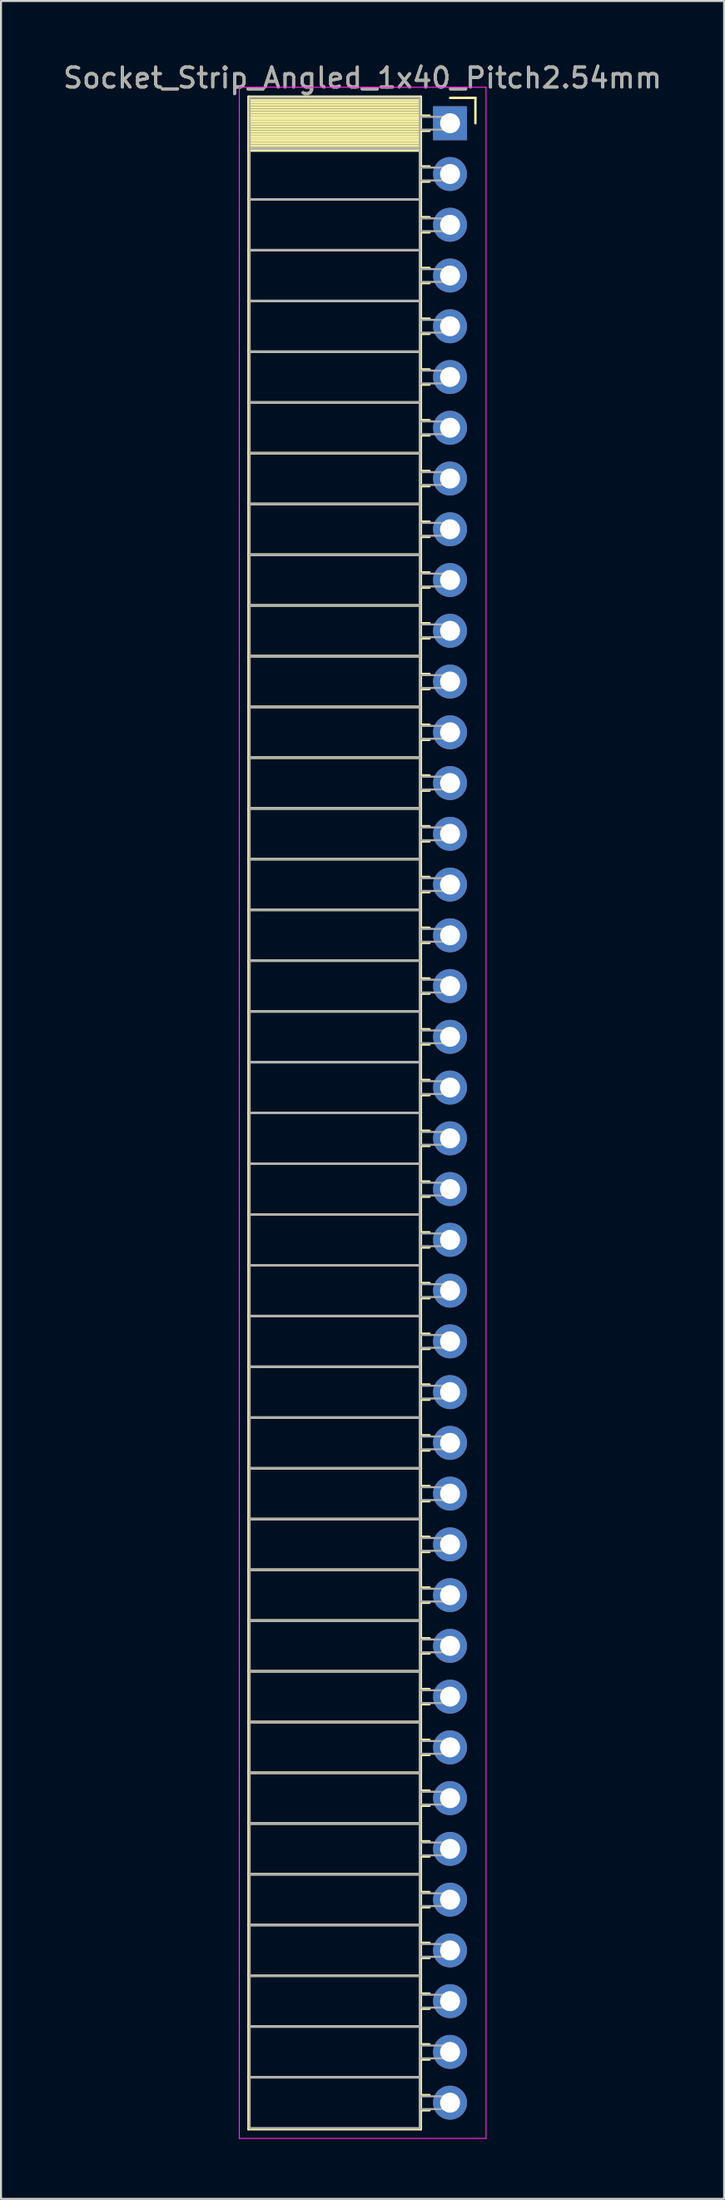
<source format=kicad_pcb>
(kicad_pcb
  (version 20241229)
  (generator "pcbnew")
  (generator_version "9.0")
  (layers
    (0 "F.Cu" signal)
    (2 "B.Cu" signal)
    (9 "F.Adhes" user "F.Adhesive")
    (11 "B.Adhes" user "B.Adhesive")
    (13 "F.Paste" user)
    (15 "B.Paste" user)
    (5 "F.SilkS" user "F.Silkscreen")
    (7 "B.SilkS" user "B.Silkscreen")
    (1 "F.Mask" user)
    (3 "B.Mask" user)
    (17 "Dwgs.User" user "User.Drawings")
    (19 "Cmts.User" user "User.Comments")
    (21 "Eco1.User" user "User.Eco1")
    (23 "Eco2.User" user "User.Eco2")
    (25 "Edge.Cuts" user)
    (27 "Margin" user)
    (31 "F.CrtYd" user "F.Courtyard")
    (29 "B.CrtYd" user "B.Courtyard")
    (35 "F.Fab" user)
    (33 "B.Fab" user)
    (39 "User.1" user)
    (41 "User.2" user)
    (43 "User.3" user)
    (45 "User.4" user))
  (footprint "Socket_Strip_Angled_1x40_Pitch2.54mm"
    (layer "F.Cu")
    (at 19.481 3.118)
    (property "Reference" "Socket_Strip_Angled_1x40_Pitch2.54mm" (at -4.38 -2.27 0) (layer "F.SilkS") (effects (font (size 1 1) (thickness 0.15))))
    (attr through_hole)
    (fp_line (start -10.09 -1.33) (end -1.46 -1.33) (stroke (width 0.12) (type solid)) (layer "F.SilkS"))
    (fp_line (start -10.09 1.27) (end -10.09 -1.33) (stroke (width 0.12) (type solid)) (layer "F.SilkS"))
    (fp_line (start -10.09 1.27) (end -1.46 1.27) (stroke (width 0.12) (type solid)) (layer "F.SilkS"))
    (fp_line (start -10.09 3.81) (end -10.09 1.27) (stroke (width 0.12) (type solid)) (layer "F.SilkS"))
    (fp_line (start -10.09 3.81) (end -1.46 3.81) (stroke (width 0.12) (type solid)) (layer "F.SilkS"))
    (fp_line (start -10.09 6.35) (end -10.09 3.81) (stroke (width 0.12) (type solid)) (layer "F.SilkS"))
    (fp_line (start -10.09 6.35) (end -1.46 6.35) (stroke (width 0.12) (type solid)) (layer "F.SilkS"))
    (fp_line (start -10.09 8.89) (end -10.09 6.35) (stroke (width 0.12) (type solid)) (layer "F.SilkS"))
    (fp_line (start -10.09 8.89) (end -1.46 8.89) (stroke (width 0.12) (type solid)) (layer "F.SilkS"))
    (fp_line (start -10.09 11.43) (end -10.09 8.89) (stroke (width 0.12) (type solid)) (layer "F.SilkS"))
    (fp_line (start -10.09 11.43) (end -1.46 11.43) (stroke (width 0.12) (type solid)) (layer "F.SilkS"))
    (fp_line (start -10.09 13.97) (end -10.09 11.43) (stroke (width 0.12) (type solid)) (layer "F.SilkS"))
    (fp_line (start -10.09 13.97) (end -1.46 13.97) (stroke (width 0.12) (type solid)) (layer "F.SilkS"))
    (fp_line (start -10.09 16.51) (end -10.09 13.97) (stroke (width 0.12) (type solid)) (layer "F.SilkS"))
    (fp_line (start -10.09 16.51) (end -1.46 16.51) (stroke (width 0.12) (type solid)) (layer "F.SilkS"))
    (fp_line (start -10.09 19.05) (end -10.09 16.51) (stroke (width 0.12) (type solid)) (layer "F.SilkS"))
    (fp_line (start -10.09 19.05) (end -1.46 19.05) (stroke (width 0.12) (type solid)) (layer "F.SilkS"))
    (fp_line (start -10.09 21.59) (end -10.09 19.05) (stroke (width 0.12) (type solid)) (layer "F.SilkS"))
    (fp_line (start -10.09 21.59) (end -1.46 21.59) (stroke (width 0.12) (type solid)) (layer "F.SilkS"))
    (fp_line (start -10.09 24.13) (end -10.09 21.59) (stroke (width 0.12) (type solid)) (layer "F.SilkS"))
    (fp_line (start -10.09 24.13) (end -1.46 24.13) (stroke (width 0.12) (type solid)) (layer "F.SilkS"))
    (fp_line (start -10.09 26.67) (end -10.09 24.13) (stroke (width 0.12) (type solid)) (layer "F.SilkS"))
    (fp_line (start -10.09 26.67) (end -1.46 26.67) (stroke (width 0.12) (type solid)) (layer "F.SilkS"))
    (fp_line (start -10.09 29.21) (end -10.09 26.67) (stroke (width 0.12) (type solid)) (layer "F.SilkS"))
    (fp_line (start -10.09 29.21) (end -1.46 29.21) (stroke (width 0.12) (type solid)) (layer "F.SilkS"))
    (fp_line (start -10.09 31.75) (end -10.09 29.21) (stroke (width 0.12) (type solid)) (layer "F.SilkS"))
    (fp_line (start -10.09 31.75) (end -1.46 31.75) (stroke (width 0.12) (type solid)) (layer "F.SilkS"))
    (fp_line (start -10.09 34.29) (end -10.09 31.75) (stroke (width 0.12) (type solid)) (layer "F.SilkS"))
    (fp_line (start -10.09 34.29) (end -1.46 34.29) (stroke (width 0.12) (type solid)) (layer "F.SilkS"))
    (fp_line (start -10.09 36.83) (end -10.09 34.29) (stroke (width 0.12) (type solid)) (layer "F.SilkS"))
    (fp_line (start -10.09 36.83) (end -1.46 36.83) (stroke (width 0.12) (type solid)) (layer "F.SilkS"))
    (fp_line (start -10.09 39.37) (end -10.09 36.83) (stroke (width 0.12) (type solid)) (layer "F.SilkS"))
    (fp_line (start -10.09 39.37) (end -1.46 39.37) (stroke (width 0.12) (type solid)) (layer "F.SilkS"))
    (fp_line (start -10.09 41.91) (end -10.09 39.37) (stroke (width 0.12) (type solid)) (layer "F.SilkS"))
    (fp_line (start -10.09 41.91) (end -1.46 41.91) (stroke (width 0.12) (type solid)) (layer "F.SilkS"))
    (fp_line (start -10.09 44.45) (end -10.09 41.91) (stroke (width 0.12) (type solid)) (layer "F.SilkS"))
    (fp_line (start -10.09 44.45) (end -1.46 44.45) (stroke (width 0.12) (type solid)) (layer "F.SilkS"))
    (fp_line (start -10.09 46.99) (end -10.09 44.45) (stroke (width 0.12) (type solid)) (layer "F.SilkS"))
    (fp_line (start -10.09 46.99) (end -1.46 46.99) (stroke (width 0.12) (type solid)) (layer "F.SilkS"))
    (fp_line (start -10.09 49.53) (end -10.09 46.99) (stroke (width 0.12) (type solid)) (layer "F.SilkS"))
    (fp_line (start -10.09 49.53) (end -1.46 49.53) (stroke (width 0.12) (type solid)) (layer "F.SilkS"))
    (fp_line (start -10.09 52.07) (end -10.09 49.53) (stroke (width 0.12) (type solid)) (layer "F.SilkS"))
    (fp_line (start -10.09 52.07) (end -1.46 52.07) (stroke (width 0.12) (type solid)) (layer "F.SilkS"))
    (fp_line (start -10.09 54.61) (end -10.09 52.07) (stroke (width 0.12) (type solid)) (layer "F.SilkS"))
    (fp_line (start -10.09 54.61) (end -1.46 54.61) (stroke (width 0.12) (type solid)) (layer "F.SilkS"))
    (fp_line (start -10.09 57.15) (end -10.09 54.61) (stroke (width 0.12) (type solid)) (layer "F.SilkS"))
    (fp_line (start -10.09 57.15) (end -1.46 57.15) (stroke (width 0.12) (type solid)) (layer "F.SilkS"))
    (fp_line (start -10.09 59.69) (end -10.09 57.15) (stroke (width 0.12) (type solid)) (layer "F.SilkS"))
    (fp_line (start -10.09 59.69) (end -1.46 59.69) (stroke (width 0.12) (type solid)) (layer "F.SilkS"))
    (fp_line (start -10.09 62.23) (end -10.09 59.69) (stroke (width 0.12) (type solid)) (layer "F.SilkS"))
    (fp_line (start -10.09 62.23) (end -1.46 62.23) (stroke (width 0.12) (type solid)) (layer "F.SilkS"))
    (fp_line (start -10.09 64.77) (end -10.09 62.23) (stroke (width 0.12) (type solid)) (layer "F.SilkS"))
    (fp_line (start -10.09 64.77) (end -1.46 64.77) (stroke (width 0.12) (type solid)) (layer "F.SilkS"))
    (fp_line (start -10.09 67.31) (end -10.09 64.77) (stroke (width 0.12) (type solid)) (layer "F.SilkS"))
    (fp_line (start -10.09 67.31) (end -1.46 67.31) (stroke (width 0.12) (type solid)) (layer "F.SilkS"))
    (fp_line (start -10.09 69.85) (end -10.09 67.31) (stroke (width 0.12) (type solid)) (layer "F.SilkS"))
    (fp_line (start -10.09 69.85) (end -1.46 69.85) (stroke (width 0.12) (type solid)) (layer "F.SilkS"))
    (fp_line (start -10.09 72.39) (end -10.09 69.85) (stroke (width 0.12) (type solid)) (layer "F.SilkS"))
    (fp_line (start -10.09 72.39) (end -1.46 72.39) (stroke (width 0.12) (type solid)) (layer "F.SilkS"))
    (fp_line (start -10.09 74.93) (end -10.09 72.39) (stroke (width 0.12) (type solid)) (layer "F.SilkS"))
    (fp_line (start -10.09 74.93) (end -1.46 74.93) (stroke (width 0.12) (type solid)) (layer "F.SilkS"))
    (fp_line (start -10.09 77.47) (end -10.09 74.93) (stroke (width 0.12) (type solid)) (layer "F.SilkS"))
    (fp_line (start -10.09 77.47) (end -1.46 77.47) (stroke (width 0.12) (type solid)) (layer "F.SilkS"))
    (fp_line (start -10.09 80.01) (end -10.09 77.47) (stroke (width 0.12) (type solid)) (layer "F.SilkS"))
    (fp_line (start -10.09 80.01) (end -1.46 80.01) (stroke (width 0.12) (type solid)) (layer "F.SilkS"))
    (fp_line (start -10.09 82.55) (end -10.09 80.01) (stroke (width 0.12) (type solid)) (layer "F.SilkS"))
    (fp_line (start -10.09 82.55) (end -1.46 82.55) (stroke (width 0.12) (type solid)) (layer "F.SilkS"))
    (fp_line (start -10.09 85.09) (end -10.09 82.55) (stroke (width 0.12) (type solid)) (layer "F.SilkS"))
    (fp_line (start -10.09 85.09) (end -1.46 85.09) (stroke (width 0.12) (type solid)) (layer "F.SilkS"))
    (fp_line (start -10.09 87.63) (end -10.09 85.09) (stroke (width 0.12) (type solid)) (layer "F.SilkS"))
    (fp_line (start -10.09 87.63) (end -1.46 87.63) (stroke (width 0.12) (type solid)) (layer "F.SilkS"))
    (fp_line (start -10.09 90.17) (end -10.09 87.63) (stroke (width 0.12) (type solid)) (layer "F.SilkS"))
    (fp_line (start -10.09 90.17) (end -1.46 90.17) (stroke (width 0.12) (type solid)) (layer "F.SilkS"))
    (fp_line (start -10.09 92.71) (end -10.09 90.17) (stroke (width 0.12) (type solid)) (layer "F.SilkS"))
    (fp_line (start -10.09 92.71) (end -1.46 92.71) (stroke (width 0.12) (type solid)) (layer "F.SilkS"))
    (fp_line (start -10.09 95.25) (end -10.09 92.71) (stroke (width 0.12) (type solid)) (layer "F.SilkS"))
    (fp_line (start -10.09 95.25) (end -1.46 95.25) (stroke (width 0.12) (type solid)) (layer "F.SilkS"))
    (fp_line (start -10.09 97.79) (end -10.09 95.25) (stroke (width 0.12) (type solid)) (layer "F.SilkS"))
    (fp_line (start -10.09 97.79) (end -1.46 97.79) (stroke (width 0.12) (type solid)) (layer "F.SilkS"))
    (fp_line (start -10.09 100.39) (end -10.09 97.79) (stroke (width 0.12) (type solid)) (layer "F.SilkS"))
    (fp_line (start -1.46 -1.33) (end -1.46 1.27) (stroke (width 0.12) (type solid)) (layer "F.SilkS"))
    (fp_line (start -1.46 -1.15) (end -10.09 -1.15) (stroke (width 0.12) (type solid)) (layer "F.SilkS"))
    (fp_line (start -1.46 -1.03) (end -10.09 -1.03) (stroke (width 0.12) (type solid)) (layer "F.SilkS"))
    (fp_line (start -1.46 -0.91) (end -10.09 -0.91) (stroke (width 0.12) (type solid)) (layer "F.SilkS"))
    (fp_line (start -1.46 -0.79) (end -10.09 -0.79) (stroke (width 0.12) (type solid)) (layer "F.SilkS"))
    (fp_line (start -1.46 -0.67) (end -10.09 -0.67) (stroke (width 0.12) (type solid)) (layer "F.SilkS"))
    (fp_line (start -1.46 -0.55) (end -10.09 -0.55) (stroke (width 0.12) (type solid)) (layer "F.SilkS"))
    (fp_line (start -1.46 -0.43) (end -10.09 -0.43) (stroke (width 0.12) (type solid)) (layer "F.SilkS"))
    (fp_line (start -1.46 -0.31) (end -10.09 -0.31) (stroke (width 0.12) (type solid)) (layer "F.SilkS"))
    (fp_line (start -1.46 -0.19) (end -10.09 -0.19) (stroke (width 0.12) (type solid)) (layer "F.SilkS"))
    (fp_line (start -1.46 -0.07) (end -10.09 -0.07) (stroke (width 0.12) (type solid)) (layer "F.SilkS"))
    (fp_line (start -1.46 0.05) (end -10.09 0.05) (stroke (width 0.12) (type solid)) (layer "F.SilkS"))
    (fp_line (start -1.46 0.17) (end -10.09 0.17) (stroke (width 0.12) (type solid)) (layer "F.SilkS"))
    (fp_line (start -1.46 0.29) (end -10.09 0.29) (stroke (width 0.12) (type solid)) (layer "F.SilkS"))
    (fp_line (start -1.46 0.41) (end -10.09 0.41) (stroke (width 0.12) (type solid)) (layer "F.SilkS"))
    (fp_line (start -1.46 0.53) (end -10.09 0.53) (stroke (width 0.12) (type solid)) (layer "F.SilkS"))
    (fp_line (start -1.46 0.65) (end -10.09 0.65) (stroke (width 0.12) (type solid)) (layer "F.SilkS"))
    (fp_line (start -1.46 0.77) (end -10.09 0.77) (stroke (width 0.12) (type solid)) (layer "F.SilkS"))
    (fp_line (start -1.46 0.89) (end -10.09 0.89) (stroke (width 0.12) (type solid)) (layer "F.SilkS"))
    (fp_line (start -1.46 1.01) (end -10.09 1.01) (stroke (width 0.12) (type solid)) (layer "F.SilkS"))
    (fp_line (start -1.46 1.13) (end -10.09 1.13) (stroke (width 0.12) (type solid)) (layer "F.SilkS"))
    (fp_line (start -1.46 1.25) (end -10.09 1.25) (stroke (width 0.12) (type solid)) (layer "F.SilkS"))
    (fp_line (start -1.46 1.27) (end -10.09 1.27) (stroke (width 0.12) (type solid)) (layer "F.SilkS"))
    (fp_line (start -1.46 1.27) (end -1.46 3.81) (stroke (width 0.12) (type solid)) (layer "F.SilkS"))
    (fp_line (start -1.46 1.37) (end -10.09 1.37) (stroke (width 0.12) (type solid)) (layer "F.SilkS"))
    (fp_line (start -1.46 3.81) (end -10.09 3.81) (stroke (width 0.12) (type solid)) (layer "F.SilkS"))
    (fp_line (start -1.46 3.81) (end -1.46 6.35) (stroke (width 0.12) (type solid)) (layer "F.SilkS"))
    (fp_line (start -1.46 6.35) (end -10.09 6.35) (stroke (width 0.12) (type solid)) (layer "F.SilkS"))
    (fp_line (start -1.46 6.35) (end -1.46 8.89) (stroke (width 0.12) (type solid)) (layer "F.SilkS"))
    (fp_line (start -1.46 8.89) (end -10.09 8.89) (stroke (width 0.12) (type solid)) (layer "F.SilkS"))
    (fp_line (start -1.46 8.89) (end -1.46 11.43) (stroke (width 0.12) (type solid)) (layer "F.SilkS"))
    (fp_line (start -1.46 11.43) (end -10.09 11.43) (stroke (width 0.12) (type solid)) (layer "F.SilkS"))
    (fp_line (start -1.46 11.43) (end -1.46 13.97) (stroke (width 0.12) (type solid)) (layer "F.SilkS"))
    (fp_line (start -1.46 13.97) (end -10.09 13.97) (stroke (width 0.12) (type solid)) (layer "F.SilkS"))
    (fp_line (start -1.46 13.97) (end -1.46 16.51) (stroke (width 0.12) (type solid)) (layer "F.SilkS"))
    (fp_line (start -1.46 16.51) (end -10.09 16.51) (stroke (width 0.12) (type solid)) (layer "F.SilkS"))
    (fp_line (start -1.46 16.51) (end -1.46 19.05) (stroke (width 0.12) (type solid)) (layer "F.SilkS"))
    (fp_line (start -1.46 19.05) (end -10.09 19.05) (stroke (width 0.12) (type solid)) (layer "F.SilkS"))
    (fp_line (start -1.46 19.05) (end -1.46 21.59) (stroke (width 0.12) (type solid)) (layer "F.SilkS"))
    (fp_line (start -1.46 21.59) (end -10.09 21.59) (stroke (width 0.12) (type solid)) (layer "F.SilkS"))
    (fp_line (start -1.46 21.59) (end -1.46 24.13) (stroke (width 0.12) (type solid)) (layer "F.SilkS"))
    (fp_line (start -1.46 24.13) (end -10.09 24.13) (stroke (width 0.12) (type solid)) (layer "F.SilkS"))
    (fp_line (start -1.46 24.13) (end -1.46 26.67) (stroke (width 0.12) (type solid)) (layer "F.SilkS"))
    (fp_line (start -1.46 26.67) (end -10.09 26.67) (stroke (width 0.12) (type solid)) (layer "F.SilkS"))
    (fp_line (start -1.46 26.67) (end -1.46 29.21) (stroke (width 0.12) (type solid)) (layer "F.SilkS"))
    (fp_line (start -1.46 29.21) (end -10.09 29.21) (stroke (width 0.12) (type solid)) (layer "F.SilkS"))
    (fp_line (start -1.46 29.21) (end -1.46 31.75) (stroke (width 0.12) (type solid)) (layer "F.SilkS"))
    (fp_line (start -1.46 31.75) (end -10.09 31.75) (stroke (width 0.12) (type solid)) (layer "F.SilkS"))
    (fp_line (start -1.46 31.75) (end -1.46 34.29) (stroke (width 0.12) (type solid)) (layer "F.SilkS"))
    (fp_line (start -1.46 34.29) (end -10.09 34.29) (stroke (width 0.12) (type solid)) (layer "F.SilkS"))
    (fp_line (start -1.46 34.29) (end -1.46 36.83) (stroke (width 0.12) (type solid)) (layer "F.SilkS"))
    (fp_line (start -1.46 36.83) (end -10.09 36.83) (stroke (width 0.12) (type solid)) (layer "F.SilkS"))
    (fp_line (start -1.46 36.83) (end -1.46 39.37) (stroke (width 0.12) (type solid)) (layer "F.SilkS"))
    (fp_line (start -1.46 39.37) (end -10.09 39.37) (stroke (width 0.12) (type solid)) (layer "F.SilkS"))
    (fp_line (start -1.46 39.37) (end -1.46 41.91) (stroke (width 0.12) (type solid)) (layer "F.SilkS"))
    (fp_line (start -1.46 41.91) (end -10.09 41.91) (stroke (width 0.12) (type solid)) (layer "F.SilkS"))
    (fp_line (start -1.46 41.91) (end -1.46 44.45) (stroke (width 0.12) (type solid)) (layer "F.SilkS"))
    (fp_line (start -1.46 44.45) (end -10.09 44.45) (stroke (width 0.12) (type solid)) (layer "F.SilkS"))
    (fp_line (start -1.46 44.45) (end -1.46 46.99) (stroke (width 0.12) (type solid)) (layer "F.SilkS"))
    (fp_line (start -1.46 46.99) (end -10.09 46.99) (stroke (width 0.12) (type solid)) (layer "F.SilkS"))
    (fp_line (start -1.46 46.99) (end -1.46 49.53) (stroke (width 0.12) (type solid)) (layer "F.SilkS"))
    (fp_line (start -1.46 49.53) (end -10.09 49.53) (stroke (width 0.12) (type solid)) (layer "F.SilkS"))
    (fp_line (start -1.46 49.53) (end -1.46 52.07) (stroke (width 0.12) (type solid)) (layer "F.SilkS"))
    (fp_line (start -1.46 52.07) (end -10.09 52.07) (stroke (width 0.12) (type solid)) (layer "F.SilkS"))
    (fp_line (start -1.46 52.07) (end -1.46 54.61) (stroke (width 0.12) (type solid)) (layer "F.SilkS"))
    (fp_line (start -1.46 54.61) (end -10.09 54.61) (stroke (width 0.12) (type solid)) (layer "F.SilkS"))
    (fp_line (start -1.46 54.61) (end -1.46 57.15) (stroke (width 0.12) (type solid)) (layer "F.SilkS"))
    (fp_line (start -1.46 57.15) (end -10.09 57.15) (stroke (width 0.12) (type solid)) (layer "F.SilkS"))
    (fp_line (start -1.46 57.15) (end -1.46 59.69) (stroke (width 0.12) (type solid)) (layer "F.SilkS"))
    (fp_line (start -1.46 59.69) (end -10.09 59.69) (stroke (width 0.12) (type solid)) (layer "F.SilkS"))
    (fp_line (start -1.46 59.69) (end -1.46 62.23) (stroke (width 0.12) (type solid)) (layer "F.SilkS"))
    (fp_line (start -1.46 62.23) (end -10.09 62.23) (stroke (width 0.12) (type solid)) (layer "F.SilkS"))
    (fp_line (start -1.46 62.23) (end -1.46 64.77) (stroke (width 0.12) (type solid)) (layer "F.SilkS"))
    (fp_line (start -1.46 64.77) (end -10.09 64.77) (stroke (width 0.12) (type solid)) (layer "F.SilkS"))
    (fp_line (start -1.46 64.77) (end -1.46 67.31) (stroke (width 0.12) (type solid)) (layer "F.SilkS"))
    (fp_line (start -1.46 67.31) (end -10.09 67.31) (stroke (width 0.12) (type solid)) (layer "F.SilkS"))
    (fp_line (start -1.46 67.31) (end -1.46 69.85) (stroke (width 0.12) (type solid)) (layer "F.SilkS"))
    (fp_line (start -1.46 69.85) (end -10.09 69.85) (stroke (width 0.12) (type solid)) (layer "F.SilkS"))
    (fp_line (start -1.46 69.85) (end -1.46 72.39) (stroke (width 0.12) (type solid)) (layer "F.SilkS"))
    (fp_line (start -1.46 72.39) (end -10.09 72.39) (stroke (width 0.12) (type solid)) (layer "F.SilkS"))
    (fp_line (start -1.46 72.39) (end -1.46 74.93) (stroke (width 0.12) (type solid)) (layer "F.SilkS"))
    (fp_line (start -1.46 74.93) (end -10.09 74.93) (stroke (width 0.12) (type solid)) (layer "F.SilkS"))
    (fp_line (start -1.46 74.93) (end -1.46 77.47) (stroke (width 0.12) (type solid)) (layer "F.SilkS"))
    (fp_line (start -1.46 77.47) (end -10.09 77.47) (stroke (width 0.12) (type solid)) (layer "F.SilkS"))
    (fp_line (start -1.46 77.47) (end -1.46 80.01) (stroke (width 0.12) (type solid)) (layer "F.SilkS"))
    (fp_line (start -1.46 80.01) (end -10.09 80.01) (stroke (width 0.12) (type solid)) (layer "F.SilkS"))
    (fp_line (start -1.46 80.01) (end -1.46 82.55) (stroke (width 0.12) (type solid)) (layer "F.SilkS"))
    (fp_line (start -1.46 82.55) (end -10.09 82.55) (stroke (width 0.12) (type solid)) (layer "F.SilkS"))
    (fp_line (start -1.46 82.55) (end -1.46 85.09) (stroke (width 0.12) (type solid)) (layer "F.SilkS"))
    (fp_line (start -1.46 85.09) (end -10.09 85.09) (stroke (width 0.12) (type solid)) (layer "F.SilkS"))
    (fp_line (start -1.46 85.09) (end -1.46 87.63) (stroke (width 0.12) (type solid)) (layer "F.SilkS"))
    (fp_line (start -1.46 87.63) (end -10.09 87.63) (stroke (width 0.12) (type solid)) (layer "F.SilkS"))
    (fp_line (start -1.46 87.63) (end -1.46 90.17) (stroke (width 0.12) (type solid)) (layer "F.SilkS"))
    (fp_line (start -1.46 90.17) (end -10.09 90.17) (stroke (width 0.12) (type solid)) (layer "F.SilkS"))
    (fp_line (start -1.46 90.17) (end -1.46 92.71) (stroke (width 0.12) (type solid)) (layer "F.SilkS"))
    (fp_line (start -1.46 92.71) (end -10.09 92.71) (stroke (width 0.12) (type solid)) (layer "F.SilkS"))
    (fp_line (start -1.46 92.71) (end -1.46 95.25) (stroke (width 0.12) (type solid)) (layer "F.SilkS"))
    (fp_line (start -1.46 95.25) (end -10.09 95.25) (stroke (width 0.12) (type solid)) (layer "F.SilkS"))
    (fp_line (start -1.46 95.25) (end -1.46 97.79) (stroke (width 0.12) (type solid)) (layer "F.SilkS"))
    (fp_line (start -1.46 97.79) (end -10.09 97.79) (stroke (width 0.12) (type solid)) (layer "F.SilkS"))
    (fp_line (start -1.46 97.79) (end -1.46 100.39) (stroke (width 0.12) (type solid)) (layer "F.SilkS"))
    (fp_line (start -1.46 100.39) (end -10.09 100.39) (stroke (width 0.12) (type solid)) (layer "F.SilkS"))
    (fp_line (start -1.03 -0.38) (end -1.46 -0.38) (stroke (width 0.12) (type solid)) (layer "F.SilkS"))
    (fp_line (start -1.03 0.38) (end -1.46 0.38) (stroke (width 0.12) (type solid)) (layer "F.SilkS"))
    (fp_line (start -1.03 2.16) (end -1.46 2.16) (stroke (width 0.12) (type solid)) (layer "F.SilkS"))
    (fp_line (start -1.03 2.92) (end -1.46 2.92) (stroke (width 0.12) (type solid)) (layer "F.SilkS"))
    (fp_line (start -1.03 4.7) (end -1.46 4.7) (stroke (width 0.12) (type solid)) (layer "F.SilkS"))
    (fp_line (start -1.03 5.46) (end -1.46 5.46) (stroke (width 0.12) (type solid)) (layer "F.SilkS"))
    (fp_line (start -1.03 7.24) (end -1.46 7.24) (stroke (width 0.12) (type solid)) (layer "F.SilkS"))
    (fp_line (start -1.03 8) (end -1.46 8) (stroke (width 0.12) (type solid)) (layer "F.SilkS"))
    (fp_line (start -1.03 9.78) (end -1.46 9.78) (stroke (width 0.12) (type solid)) (layer "F.SilkS"))
    (fp_line (start -1.03 10.54) (end -1.46 10.54) (stroke (width 0.12) (type solid)) (layer "F.SilkS"))
    (fp_line (start -1.03 12.32) (end -1.46 12.32) (stroke (width 0.12) (type solid)) (layer "F.SilkS"))
    (fp_line (start -1.03 13.08) (end -1.46 13.08) (stroke (width 0.12) (type solid)) (layer "F.SilkS"))
    (fp_line (start -1.03 14.86) (end -1.46 14.86) (stroke (width 0.12) (type solid)) (layer "F.SilkS"))
    (fp_line (start -1.03 15.62) (end -1.46 15.62) (stroke (width 0.12) (type solid)) (layer "F.SilkS"))
    (fp_line (start -1.03 17.4) (end -1.46 17.4) (stroke (width 0.12) (type solid)) (layer "F.SilkS"))
    (fp_line (start -1.03 18.16) (end -1.46 18.16) (stroke (width 0.12) (type solid)) (layer "F.SilkS"))
    (fp_line (start -1.03 19.94) (end -1.46 19.94) (stroke (width 0.12) (type solid)) (layer "F.SilkS"))
    (fp_line (start -1.03 20.7) (end -1.46 20.7) (stroke (width 0.12) (type solid)) (layer "F.SilkS"))
    (fp_line (start -1.03 22.48) (end -1.46 22.48) (stroke (width 0.12) (type solid)) (layer "F.SilkS"))
    (fp_line (start -1.03 23.24) (end -1.46 23.24) (stroke (width 0.12) (type solid)) (layer "F.SilkS"))
    (fp_line (start -1.03 25.02) (end -1.46 25.02) (stroke (width 0.12) (type solid)) (layer "F.SilkS"))
    (fp_line (start -1.03 25.78) (end -1.46 25.78) (stroke (width 0.12) (type solid)) (layer "F.SilkS"))
    (fp_line (start -1.03 27.56) (end -1.46 27.56) (stroke (width 0.12) (type solid)) (layer "F.SilkS"))
    (fp_line (start -1.03 28.32) (end -1.46 28.32) (stroke (width 0.12) (type solid)) (layer "F.SilkS"))
    (fp_line (start -1.03 30.1) (end -1.46 30.1) (stroke (width 0.12) (type solid)) (layer "F.SilkS"))
    (fp_line (start -1.03 30.86) (end -1.46 30.86) (stroke (width 0.12) (type solid)) (layer "F.SilkS"))
    (fp_line (start -1.03 32.64) (end -1.46 32.64) (stroke (width 0.12) (type solid)) (layer "F.SilkS"))
    (fp_line (start -1.03 33.4) (end -1.46 33.4) (stroke (width 0.12) (type solid)) (layer "F.SilkS"))
    (fp_line (start -1.03 35.18) (end -1.46 35.18) (stroke (width 0.12) (type solid)) (layer "F.SilkS"))
    (fp_line (start -1.03 35.94) (end -1.46 35.94) (stroke (width 0.12) (type solid)) (layer "F.SilkS"))
    (fp_line (start -1.03 37.72) (end -1.46 37.72) (stroke (width 0.12) (type solid)) (layer "F.SilkS"))
    (fp_line (start -1.03 38.48) (end -1.46 38.48) (stroke (width 0.12) (type solid)) (layer "F.SilkS"))
    (fp_line (start -1.03 40.26) (end -1.46 40.26) (stroke (width 0.12) (type solid)) (layer "F.SilkS"))
    (fp_line (start -1.03 41.02) (end -1.46 41.02) (stroke (width 0.12) (type solid)) (layer "F.SilkS"))
    (fp_line (start -1.03 42.8) (end -1.46 42.8) (stroke (width 0.12) (type solid)) (layer "F.SilkS"))
    (fp_line (start -1.03 43.56) (end -1.46 43.56) (stroke (width 0.12) (type solid)) (layer "F.SilkS"))
    (fp_line (start -1.03 45.34) (end -1.46 45.34) (stroke (width 0.12) (type solid)) (layer "F.SilkS"))
    (fp_line (start -1.03 46.1) (end -1.46 46.1) (stroke (width 0.12) (type solid)) (layer "F.SilkS"))
    (fp_line (start -1.03 47.88) (end -1.46 47.88) (stroke (width 0.12) (type solid)) (layer "F.SilkS"))
    (fp_line (start -1.03 48.64) (end -1.46 48.64) (stroke (width 0.12) (type solid)) (layer "F.SilkS"))
    (fp_line (start -1.03 50.42) (end -1.46 50.42) (stroke (width 0.12) (type solid)) (layer "F.SilkS"))
    (fp_line (start -1.03 51.18) (end -1.46 51.18) (stroke (width 0.12) (type solid)) (layer "F.SilkS"))
    (fp_line (start -1.03 52.96) (end -1.46 52.96) (stroke (width 0.12) (type solid)) (layer "F.SilkS"))
    (fp_line (start -1.03 53.72) (end -1.46 53.72) (stroke (width 0.12) (type solid)) (layer "F.SilkS"))
    (fp_line (start -1.03 55.5) (end -1.46 55.5) (stroke (width 0.12) (type solid)) (layer "F.SilkS"))
    (fp_line (start -1.03 56.26) (end -1.46 56.26) (stroke (width 0.12) (type solid)) (layer "F.SilkS"))
    (fp_line (start -1.03 58.04) (end -1.46 58.04) (stroke (width 0.12) (type solid)) (layer "F.SilkS"))
    (fp_line (start -1.03 58.8) (end -1.46 58.8) (stroke (width 0.12) (type solid)) (layer "F.SilkS"))
    (fp_line (start -1.03 60.58) (end -1.46 60.58) (stroke (width 0.12) (type solid)) (layer "F.SilkS"))
    (fp_line (start -1.03 61.34) (end -1.46 61.34) (stroke (width 0.12) (type solid)) (layer "F.SilkS"))
    (fp_line (start -1.03 63.12) (end -1.46 63.12) (stroke (width 0.12) (type solid)) (layer "F.SilkS"))
    (fp_line (start -1.03 63.88) (end -1.46 63.88) (stroke (width 0.12) (type solid)) (layer "F.SilkS"))
    (fp_line (start -1.03 65.66) (end -1.46 65.66) (stroke (width 0.12) (type solid)) (layer "F.SilkS"))
    (fp_line (start -1.03 66.42) (end -1.46 66.42) (stroke (width 0.12) (type solid)) (layer "F.SilkS"))
    (fp_line (start -1.03 68.2) (end -1.46 68.2) (stroke (width 0.12) (type solid)) (layer "F.SilkS"))
    (fp_line (start -1.03 68.96) (end -1.46 68.96) (stroke (width 0.12) (type solid)) (layer "F.SilkS"))
    (fp_line (start -1.03 70.74) (end -1.46 70.74) (stroke (width 0.12) (type solid)) (layer "F.SilkS"))
    (fp_line (start -1.03 71.5) (end -1.46 71.5) (stroke (width 0.12) (type solid)) (layer "F.SilkS"))
    (fp_line (start -1.03 73.28) (end -1.46 73.28) (stroke (width 0.12) (type solid)) (layer "F.SilkS"))
    (fp_line (start -1.03 74.04) (end -1.46 74.04) (stroke (width 0.12) (type solid)) (layer "F.SilkS"))
    (fp_line (start -1.03 75.82) (end -1.46 75.82) (stroke (width 0.12) (type solid)) (layer "F.SilkS"))
    (fp_line (start -1.03 76.58) (end -1.46 76.58) (stroke (width 0.12) (type solid)) (layer "F.SilkS"))
    (fp_line (start -1.03 78.36) (end -1.46 78.36) (stroke (width 0.12) (type solid)) (layer "F.SilkS"))
    (fp_line (start -1.03 79.12) (end -1.46 79.12) (stroke (width 0.12) (type solid)) (layer "F.SilkS"))
    (fp_line (start -1.03 80.9) (end -1.46 80.9) (stroke (width 0.12) (type solid)) (layer "F.SilkS"))
    (fp_line (start -1.03 81.66) (end -1.46 81.66) (stroke (width 0.12) (type solid)) (layer "F.SilkS"))
    (fp_line (start -1.03 83.44) (end -1.46 83.44) (stroke (width 0.12) (type solid)) (layer "F.SilkS"))
    (fp_line (start -1.03 84.2) (end -1.46 84.2) (stroke (width 0.12) (type solid)) (layer "F.SilkS"))
    (fp_line (start -1.03 85.98) (end -1.46 85.98) (stroke (width 0.12) (type solid)) (layer "F.SilkS"))
    (fp_line (start -1.03 86.74) (end -1.46 86.74) (stroke (width 0.12) (type solid)) (layer "F.SilkS"))
    (fp_line (start -1.03 88.52) (end -1.46 88.52) (stroke (width 0.12) (type solid)) (layer "F.SilkS"))
    (fp_line (start -1.03 89.28) (end -1.46 89.28) (stroke (width 0.12) (type solid)) (layer "F.SilkS"))
    (fp_line (start -1.03 91.06) (end -1.46 91.06) (stroke (width 0.12) (type solid)) (layer "F.SilkS"))
    (fp_line (start -1.03 91.82) (end -1.46 91.82) (stroke (width 0.12) (type solid)) (layer "F.SilkS"))
    (fp_line (start -1.03 93.6) (end -1.46 93.6) (stroke (width 0.12) (type solid)) (layer "F.SilkS"))
    (fp_line (start -1.03 94.36) (end -1.46 94.36) (stroke (width 0.12) (type solid)) (layer "F.SilkS"))
    (fp_line (start -1.03 96.14) (end -1.46 96.14) (stroke (width 0.12) (type solid)) (layer "F.SilkS"))
    (fp_line (start -1.03 96.9) (end -1.46 96.9) (stroke (width 0.12) (type solid)) (layer "F.SilkS"))
    (fp_line (start -1.03 98.68) (end -1.46 98.68) (stroke (width 0.12) (type solid)) (layer "F.SilkS"))
    (fp_line (start -1.03 99.44) (end -1.46 99.44) (stroke (width 0.12) (type solid)) (layer "F.SilkS"))
    (fp_line (start 0 -1.27) (end 1.27 -1.27) (stroke (width 0.12) (type solid)) (layer "F.SilkS"))
    (fp_line (start 1.27 -1.27) (end 1.27 0) (stroke (width 0.12) (type solid)) (layer "F.SilkS"))
    (fp_line (start -10.55 -1.8) (end 1.8 -1.8) (stroke (width 0.05) (type solid)) (layer "F.CrtYd"))
    (fp_line (start -10.55 100.85) (end -10.55 -1.8) (stroke (width 0.05) (type solid)) (layer "F.CrtYd"))
    (fp_line (start 1.8 -1.8) (end 1.8 100.85) (stroke (width 0.05) (type solid)) (layer "F.CrtYd"))
    (fp_line (start 1.8 100.85) (end -10.55 100.85) (stroke (width 0.05) (type solid)) (layer "F.CrtYd"))
    (fp_line (start -10.03 -1.27) (end -1.52 -1.27) (stroke (width 0.1) (type solid)) (layer "F.Fab"))
    (fp_line (start -10.03 1.27) (end -10.03 -1.27) (stroke (width 0.1) (type solid)) (layer "F.Fab"))
    (fp_line (start -10.03 1.27) (end -1.52 1.27) (stroke (width 0.1) (type solid)) (layer "F.Fab"))
    (fp_line (start -10.03 3.81) (end -10.03 1.27) (stroke (width 0.1) (type solid)) (layer "F.Fab"))
    (fp_line (start -10.03 3.81) (end -1.52 3.81) (stroke (width 0.1) (type solid)) (layer "F.Fab"))
    (fp_line (start -10.03 6.35) (end -10.03 3.81) (stroke (width 0.1) (type solid)) (layer "F.Fab"))
    (fp_line (start -10.03 6.35) (end -1.52 6.35) (stroke (width 0.1) (type solid)) (layer "F.Fab"))
    (fp_line (start -10.03 8.89) (end -10.03 6.35) (stroke (width 0.1) (type solid)) (layer "F.Fab"))
    (fp_line (start -10.03 8.89) (end -1.52 8.89) (stroke (width 0.1) (type solid)) (layer "F.Fab"))
    (fp_line (start -10.03 11.43) (end -10.03 8.89) (stroke (width 0.1) (type solid)) (layer "F.Fab"))
    (fp_line (start -10.03 11.43) (end -1.52 11.43) (stroke (width 0.1) (type solid)) (layer "F.Fab"))
    (fp_line (start -10.03 13.97) (end -10.03 11.43) (stroke (width 0.1) (type solid)) (layer "F.Fab"))
    (fp_line (start -10.03 13.97) (end -1.52 13.97) (stroke (width 0.1) (type solid)) (layer "F.Fab"))
    (fp_line (start -10.03 16.51) (end -10.03 13.97) (stroke (width 0.1) (type solid)) (layer "F.Fab"))
    (fp_line (start -10.03 16.51) (end -1.52 16.51) (stroke (width 0.1) (type solid)) (layer "F.Fab"))
    (fp_line (start -10.03 19.05) (end -10.03 16.51) (stroke (width 0.1) (type solid)) (layer "F.Fab"))
    (fp_line (start -10.03 19.05) (end -1.52 19.05) (stroke (width 0.1) (type solid)) (layer "F.Fab"))
    (fp_line (start -10.03 21.59) (end -10.03 19.05) (stroke (width 0.1) (type solid)) (layer "F.Fab"))
    (fp_line (start -10.03 21.59) (end -1.52 21.59) (stroke (width 0.1) (type solid)) (layer "F.Fab"))
    (fp_line (start -10.03 24.13) (end -10.03 21.59) (stroke (width 0.1) (type solid)) (layer "F.Fab"))
    (fp_line (start -10.03 24.13) (end -1.52 24.13) (stroke (width 0.1) (type solid)) (layer "F.Fab"))
    (fp_line (start -10.03 26.67) (end -10.03 24.13) (stroke (width 0.1) (type solid)) (layer "F.Fab"))
    (fp_line (start -10.03 26.67) (end -1.52 26.67) (stroke (width 0.1) (type solid)) (layer "F.Fab"))
    (fp_line (start -10.03 29.21) (end -10.03 26.67) (stroke (width 0.1) (type solid)) (layer "F.Fab"))
    (fp_line (start -10.03 29.21) (end -1.52 29.21) (stroke (width 0.1) (type solid)) (layer "F.Fab"))
    (fp_line (start -10.03 31.75) (end -10.03 29.21) (stroke (width 0.1) (type solid)) (layer "F.Fab"))
    (fp_line (start -10.03 31.75) (end -1.52 31.75) (stroke (width 0.1) (type solid)) (layer "F.Fab"))
    (fp_line (start -10.03 34.29) (end -10.03 31.75) (stroke (width 0.1) (type solid)) (layer "F.Fab"))
    (fp_line (start -10.03 34.29) (end -1.52 34.29) (stroke (width 0.1) (type solid)) (layer "F.Fab"))
    (fp_line (start -10.03 36.83) (end -10.03 34.29) (stroke (width 0.1) (type solid)) (layer "F.Fab"))
    (fp_line (start -10.03 36.83) (end -1.52 36.83) (stroke (width 0.1) (type solid)) (layer "F.Fab"))
    (fp_line (start -10.03 39.37) (end -10.03 36.83) (stroke (width 0.1) (type solid)) (layer "F.Fab"))
    (fp_line (start -10.03 39.37) (end -1.52 39.37) (stroke (width 0.1) (type solid)) (layer "F.Fab"))
    (fp_line (start -10.03 41.91) (end -10.03 39.37) (stroke (width 0.1) (type solid)) (layer "F.Fab"))
    (fp_line (start -10.03 41.91) (end -1.52 41.91) (stroke (width 0.1) (type solid)) (layer "F.Fab"))
    (fp_line (start -10.03 44.45) (end -10.03 41.91) (stroke (width 0.1) (type solid)) (layer "F.Fab"))
    (fp_line (start -10.03 44.45) (end -1.52 44.45) (stroke (width 0.1) (type solid)) (layer "F.Fab"))
    (fp_line (start -10.03 46.99) (end -10.03 44.45) (stroke (width 0.1) (type solid)) (layer "F.Fab"))
    (fp_line (start -10.03 46.99) (end -1.52 46.99) (stroke (width 0.1) (type solid)) (layer "F.Fab"))
    (fp_line (start -10.03 49.53) (end -10.03 46.99) (stroke (width 0.1) (type solid)) (layer "F.Fab"))
    (fp_line (start -10.03 49.53) (end -1.52 49.53) (stroke (width 0.1) (type solid)) (layer "F.Fab"))
    (fp_line (start -10.03 52.07) (end -10.03 49.53) (stroke (width 0.1) (type solid)) (layer "F.Fab"))
    (fp_line (start -10.03 52.07) (end -1.52 52.07) (stroke (width 0.1) (type solid)) (layer "F.Fab"))
    (fp_line (start -10.03 54.61) (end -10.03 52.07) (stroke (width 0.1) (type solid)) (layer "F.Fab"))
    (fp_line (start -10.03 54.61) (end -1.52 54.61) (stroke (width 0.1) (type solid)) (layer "F.Fab"))
    (fp_line (start -10.03 57.15) (end -10.03 54.61) (stroke (width 0.1) (type solid)) (layer "F.Fab"))
    (fp_line (start -10.03 57.15) (end -1.52 57.15) (stroke (width 0.1) (type solid)) (layer "F.Fab"))
    (fp_line (start -10.03 59.69) (end -10.03 57.15) (stroke (width 0.1) (type solid)) (layer "F.Fab"))
    (fp_line (start -10.03 59.69) (end -1.52 59.69) (stroke (width 0.1) (type solid)) (layer "F.Fab"))
    (fp_line (start -10.03 62.23) (end -10.03 59.69) (stroke (width 0.1) (type solid)) (layer "F.Fab"))
    (fp_line (start -10.03 62.23) (end -1.52 62.23) (stroke (width 0.1) (type solid)) (layer "F.Fab"))
    (fp_line (start -10.03 64.77) (end -10.03 62.23) (stroke (width 0.1) (type solid)) (layer "F.Fab"))
    (fp_line (start -10.03 64.77) (end -1.52 64.77) (stroke (width 0.1) (type solid)) (layer "F.Fab"))
    (fp_line (start -10.03 67.31) (end -10.03 64.77) (stroke (width 0.1) (type solid)) (layer "F.Fab"))
    (fp_line (start -10.03 67.31) (end -1.52 67.31) (stroke (width 0.1) (type solid)) (layer "F.Fab"))
    (fp_line (start -10.03 69.85) (end -10.03 67.31) (stroke (width 0.1) (type solid)) (layer "F.Fab"))
    (fp_line (start -10.03 69.85) (end -1.52 69.85) (stroke (width 0.1) (type solid)) (layer "F.Fab"))
    (fp_line (start -10.03 72.39) (end -10.03 69.85) (stroke (width 0.1) (type solid)) (layer "F.Fab"))
    (fp_line (start -10.03 72.39) (end -1.52 72.39) (stroke (width 0.1) (type solid)) (layer "F.Fab"))
    (fp_line (start -10.03 74.93) (end -10.03 72.39) (stroke (width 0.1) (type solid)) (layer "F.Fab"))
    (fp_line (start -10.03 74.93) (end -1.52 74.93) (stroke (width 0.1) (type solid)) (layer "F.Fab"))
    (fp_line (start -10.03 77.47) (end -10.03 74.93) (stroke (width 0.1) (type solid)) (layer "F.Fab"))
    (fp_line (start -10.03 77.47) (end -1.52 77.47) (stroke (width 0.1) (type solid)) (layer "F.Fab"))
    (fp_line (start -10.03 80.01) (end -10.03 77.47) (stroke (width 0.1) (type solid)) (layer "F.Fab"))
    (fp_line (start -10.03 80.01) (end -1.52 80.01) (stroke (width 0.1) (type solid)) (layer "F.Fab"))
    (fp_line (start -10.03 82.55) (end -10.03 80.01) (stroke (width 0.1) (type solid)) (layer "F.Fab"))
    (fp_line (start -10.03 82.55) (end -1.52 82.55) (stroke (width 0.1) (type solid)) (layer "F.Fab"))
    (fp_line (start -10.03 85.09) (end -10.03 82.55) (stroke (width 0.1) (type solid)) (layer "F.Fab"))
    (fp_line (start -10.03 85.09) (end -1.52 85.09) (stroke (width 0.1) (type solid)) (layer "F.Fab"))
    (fp_line (start -10.03 87.63) (end -10.03 85.09) (stroke (width 0.1) (type solid)) (layer "F.Fab"))
    (fp_line (start -10.03 87.63) (end -1.52 87.63) (stroke (width 0.1) (type solid)) (layer "F.Fab"))
    (fp_line (start -10.03 90.17) (end -10.03 87.63) (stroke (width 0.1) (type solid)) (layer "F.Fab"))
    (fp_line (start -10.03 90.17) (end -1.52 90.17) (stroke (width 0.1) (type solid)) (layer "F.Fab"))
    (fp_line (start -10.03 92.71) (end -10.03 90.17) (stroke (width 0.1) (type solid)) (layer "F.Fab"))
    (fp_line (start -10.03 92.71) (end -1.52 92.71) (stroke (width 0.1) (type solid)) (layer "F.Fab"))
    (fp_line (start -10.03 95.25) (end -10.03 92.71) (stroke (width 0.1) (type solid)) (layer "F.Fab"))
    (fp_line (start -10.03 95.25) (end -1.52 95.25) (stroke (width 0.1) (type solid)) (layer "F.Fab"))
    (fp_line (start -10.03 97.79) (end -10.03 95.25) (stroke (width 0.1) (type solid)) (layer "F.Fab"))
    (fp_line (start -10.03 97.79) (end -1.52 97.79) (stroke (width 0.1) (type solid)) (layer "F.Fab"))
    (fp_line (start -10.03 100.33) (end -10.03 97.79) (stroke (width 0.1) (type solid)) (layer "F.Fab"))
    (fp_line (start -1.52 -1.27) (end -1.52 1.27) (stroke (width 0.1) (type solid)) (layer "F.Fab"))
    (fp_line (start -1.52 -0.32) (end 0 -0.32) (stroke (width 0.1) (type solid)) (layer "F.Fab"))
    (fp_line (start -1.52 0.32) (end -1.52 -0.32) (stroke (width 0.1) (type solid)) (layer "F.Fab"))
    (fp_line (start -1.52 1.27) (end -10.03 1.27) (stroke (width 0.1) (type solid)) (layer "F.Fab"))
    (fp_line (start -1.52 1.27) (end -1.52 3.81) (stroke (width 0.1) (type solid)) (layer "F.Fab"))
    (fp_line (start -1.52 2.22) (end 0 2.22) (stroke (width 0.1) (type solid)) (layer "F.Fab"))
    (fp_line (start -1.52 2.86) (end -1.52 2.22) (stroke (width 0.1) (type solid)) (layer "F.Fab"))
    (fp_line (start -1.52 3.81) (end -10.03 3.81) (stroke (width 0.1) (type solid)) (layer "F.Fab"))
    (fp_line (start -1.52 3.81) (end -1.52 6.35) (stroke (width 0.1) (type solid)) (layer "F.Fab"))
    (fp_line (start -1.52 4.76) (end 0 4.76) (stroke (width 0.1) (type solid)) (layer "F.Fab"))
    (fp_line (start -1.52 5.4) (end -1.52 4.76) (stroke (width 0.1) (type solid)) (layer "F.Fab"))
    (fp_line (start -1.52 6.35) (end -10.03 6.35) (stroke (width 0.1) (type solid)) (layer "F.Fab"))
    (fp_line (start -1.52 6.35) (end -1.52 8.89) (stroke (width 0.1) (type solid)) (layer "F.Fab"))
    (fp_line (start -1.52 7.3) (end 0 7.3) (stroke (width 0.1) (type solid)) (layer "F.Fab"))
    (fp_line (start -1.52 7.94) (end -1.52 7.3) (stroke (width 0.1) (type solid)) (layer "F.Fab"))
    (fp_line (start -1.52 8.89) (end -10.03 8.89) (stroke (width 0.1) (type solid)) (layer "F.Fab"))
    (fp_line (start -1.52 8.89) (end -1.52 11.43) (stroke (width 0.1) (type solid)) (layer "F.Fab"))
    (fp_line (start -1.52 9.84) (end 0 9.84) (stroke (width 0.1) (type solid)) (layer "F.Fab"))
    (fp_line (start -1.52 10.48) (end -1.52 9.84) (stroke (width 0.1) (type solid)) (layer "F.Fab"))
    (fp_line (start -1.52 11.43) (end -10.03 11.43) (stroke (width 0.1) (type solid)) (layer "F.Fab"))
    (fp_line (start -1.52 11.43) (end -1.52 13.97) (stroke (width 0.1) (type solid)) (layer "F.Fab"))
    (fp_line (start -1.52 12.38) (end 0 12.38) (stroke (width 0.1) (type solid)) (layer "F.Fab"))
    (fp_line (start -1.52 13.02) (end -1.52 12.38) (stroke (width 0.1) (type solid)) (layer "F.Fab"))
    (fp_line (start -1.52 13.97) (end -10.03 13.97) (stroke (width 0.1) (type solid)) (layer "F.Fab"))
    (fp_line (start -1.52 13.97) (end -1.52 16.51) (stroke (width 0.1) (type solid)) (layer "F.Fab"))
    (fp_line (start -1.52 14.92) (end 0 14.92) (stroke (width 0.1) (type solid)) (layer "F.Fab"))
    (fp_line (start -1.52 15.56) (end -1.52 14.92) (stroke (width 0.1) (type solid)) (layer "F.Fab"))
    (fp_line (start -1.52 16.51) (end -10.03 16.51) (stroke (width 0.1) (type solid)) (layer "F.Fab"))
    (fp_line (start -1.52 16.51) (end -1.52 19.05) (stroke (width 0.1) (type solid)) (layer "F.Fab"))
    (fp_line (start -1.52 17.46) (end 0 17.46) (stroke (width 0.1) (type solid)) (layer "F.Fab"))
    (fp_line (start -1.52 18.1) (end -1.52 17.46) (stroke (width 0.1) (type solid)) (layer "F.Fab"))
    (fp_line (start -1.52 19.05) (end -10.03 19.05) (stroke (width 0.1) (type solid)) (layer "F.Fab"))
    (fp_line (start -1.52 19.05) (end -1.52 21.59) (stroke (width 0.1) (type solid)) (layer "F.Fab"))
    (fp_line (start -1.52 20) (end 0 20) (stroke (width 0.1) (type solid)) (layer "F.Fab"))
    (fp_line (start -1.52 20.64) (end -1.52 20) (stroke (width 0.1) (type solid)) (layer "F.Fab"))
    (fp_line (start -1.52 21.59) (end -10.03 21.59) (stroke (width 0.1) (type solid)) (layer "F.Fab"))
    (fp_line (start -1.52 21.59) (end -1.52 24.13) (stroke (width 0.1) (type solid)) (layer "F.Fab"))
    (fp_line (start -1.52 22.54) (end 0 22.54) (stroke (width 0.1) (type solid)) (layer "F.Fab"))
    (fp_line (start -1.52 23.18) (end -1.52 22.54) (stroke (width 0.1) (type solid)) (layer "F.Fab"))
    (fp_line (start -1.52 24.13) (end -10.03 24.13) (stroke (width 0.1) (type solid)) (layer "F.Fab"))
    (fp_line (start -1.52 24.13) (end -1.52 26.67) (stroke (width 0.1) (type solid)) (layer "F.Fab"))
    (fp_line (start -1.52 25.08) (end 0 25.08) (stroke (width 0.1) (type solid)) (layer "F.Fab"))
    (fp_line (start -1.52 25.72) (end -1.52 25.08) (stroke (width 0.1) (type solid)) (layer "F.Fab"))
    (fp_line (start -1.52 26.67) (end -10.03 26.67) (stroke (width 0.1) (type solid)) (layer "F.Fab"))
    (fp_line (start -1.52 26.67) (end -1.52 29.21) (stroke (width 0.1) (type solid)) (layer "F.Fab"))
    (fp_line (start -1.52 27.62) (end 0 27.62) (stroke (width 0.1) (type solid)) (layer "F.Fab"))
    (fp_line (start -1.52 28.26) (end -1.52 27.62) (stroke (width 0.1) (type solid)) (layer "F.Fab"))
    (fp_line (start -1.52 29.21) (end -10.03 29.21) (stroke (width 0.1) (type solid)) (layer "F.Fab"))
    (fp_line (start -1.52 29.21) (end -1.52 31.75) (stroke (width 0.1) (type solid)) (layer "F.Fab"))
    (fp_line (start -1.52 30.16) (end 0 30.16) (stroke (width 0.1) (type solid)) (layer "F.Fab"))
    (fp_line (start -1.52 30.8) (end -1.52 30.16) (stroke (width 0.1) (type solid)) (layer "F.Fab"))
    (fp_line (start -1.52 31.75) (end -10.03 31.75) (stroke (width 0.1) (type solid)) (layer "F.Fab"))
    (fp_line (start -1.52 31.75) (end -1.52 34.29) (stroke (width 0.1) (type solid)) (layer "F.Fab"))
    (fp_line (start -1.52 32.7) (end 0 32.7) (stroke (width 0.1) (type solid)) (layer "F.Fab"))
    (fp_line (start -1.52 33.34) (end -1.52 32.7) (stroke (width 0.1) (type solid)) (layer "F.Fab"))
    (fp_line (start -1.52 34.29) (end -10.03 34.29) (stroke (width 0.1) (type solid)) (layer "F.Fab"))
    (fp_line (start -1.52 34.29) (end -1.52 36.83) (stroke (width 0.1) (type solid)) (layer "F.Fab"))
    (fp_line (start -1.52 35.24) (end 0 35.24) (stroke (width 0.1) (type solid)) (layer "F.Fab"))
    (fp_line (start -1.52 35.88) (end -1.52 35.24) (stroke (width 0.1) (type solid)) (layer "F.Fab"))
    (fp_line (start -1.52 36.83) (end -10.03 36.83) (stroke (width 0.1) (type solid)) (layer "F.Fab"))
    (fp_line (start -1.52 36.83) (end -1.52 39.37) (stroke (width 0.1) (type solid)) (layer "F.Fab"))
    (fp_line (start -1.52 37.78) (end 0 37.78) (stroke (width 0.1) (type solid)) (layer "F.Fab"))
    (fp_line (start -1.52 38.42) (end -1.52 37.78) (stroke (width 0.1) (type solid)) (layer "F.Fab"))
    (fp_line (start -1.52 39.37) (end -10.03 39.37) (stroke (width 0.1) (type solid)) (layer "F.Fab"))
    (fp_line (start -1.52 39.37) (end -1.52 41.91) (stroke (width 0.1) (type solid)) (layer "F.Fab"))
    (fp_line (start -1.52 40.32) (end 0 40.32) (stroke (width 0.1) (type solid)) (layer "F.Fab"))
    (fp_line (start -1.52 40.96) (end -1.52 40.32) (stroke (width 0.1) (type solid)) (layer "F.Fab"))
    (fp_line (start -1.52 41.91) (end -10.03 41.91) (stroke (width 0.1) (type solid)) (layer "F.Fab"))
    (fp_line (start -1.52 41.91) (end -1.52 44.45) (stroke (width 0.1) (type solid)) (layer "F.Fab"))
    (fp_line (start -1.52 42.86) (end 0 42.86) (stroke (width 0.1) (type solid)) (layer "F.Fab"))
    (fp_line (start -1.52 43.5) (end -1.52 42.86) (stroke (width 0.1) (type solid)) (layer "F.Fab"))
    (fp_line (start -1.52 44.45) (end -10.03 44.45) (stroke (width 0.1) (type solid)) (layer "F.Fab"))
    (fp_line (start -1.52 44.45) (end -1.52 46.99) (stroke (width 0.1) (type solid)) (layer "F.Fab"))
    (fp_line (start -1.52 45.4) (end 0 45.4) (stroke (width 0.1) (type solid)) (layer "F.Fab"))
    (fp_line (start -1.52 46.04) (end -1.52 45.4) (stroke (width 0.1) (type solid)) (layer "F.Fab"))
    (fp_line (start -1.52 46.99) (end -10.03 46.99) (stroke (width 0.1) (type solid)) (layer "F.Fab"))
    (fp_line (start -1.52 46.99) (end -1.52 49.53) (stroke (width 0.1) (type solid)) (layer "F.Fab"))
    (fp_line (start -1.52 47.94) (end 0 47.94) (stroke (width 0.1) (type solid)) (layer "F.Fab"))
    (fp_line (start -1.52 48.58) (end -1.52 47.94) (stroke (width 0.1) (type solid)) (layer "F.Fab"))
    (fp_line (start -1.52 49.53) (end -10.03 49.53) (stroke (width 0.1) (type solid)) (layer "F.Fab"))
    (fp_line (start -1.52 49.53) (end -1.52 52.07) (stroke (width 0.1) (type solid)) (layer "F.Fab"))
    (fp_line (start -1.52 50.48) (end 0 50.48) (stroke (width 0.1) (type solid)) (layer "F.Fab"))
    (fp_line (start -1.52 51.12) (end -1.52 50.48) (stroke (width 0.1) (type solid)) (layer "F.Fab"))
    (fp_line (start -1.52 52.07) (end -10.03 52.07) (stroke (width 0.1) (type solid)) (layer "F.Fab"))
    (fp_line (start -1.52 52.07) (end -1.52 54.61) (stroke (width 0.1) (type solid)) (layer "F.Fab"))
    (fp_line (start -1.52 53.02) (end 0 53.02) (stroke (width 0.1) (type solid)) (layer "F.Fab"))
    (fp_line (start -1.52 53.66) (end -1.52 53.02) (stroke (width 0.1) (type solid)) (layer "F.Fab"))
    (fp_line (start -1.52 54.61) (end -10.03 54.61) (stroke (width 0.1) (type solid)) (layer "F.Fab"))
    (fp_line (start -1.52 54.61) (end -1.52 57.15) (stroke (width 0.1) (type solid)) (layer "F.Fab"))
    (fp_line (start -1.52 55.56) (end 0 55.56) (stroke (width 0.1) (type solid)) (layer "F.Fab"))
    (fp_line (start -1.52 56.2) (end -1.52 55.56) (stroke (width 0.1) (type solid)) (layer "F.Fab"))
    (fp_line (start -1.52 57.15) (end -10.03 57.15) (stroke (width 0.1) (type solid)) (layer "F.Fab"))
    (fp_line (start -1.52 57.15) (end -1.52 59.69) (stroke (width 0.1) (type solid)) (layer "F.Fab"))
    (fp_line (start -1.52 58.1) (end 0 58.1) (stroke (width 0.1) (type solid)) (layer "F.Fab"))
    (fp_line (start -1.52 58.74) (end -1.52 58.1) (stroke (width 0.1) (type solid)) (layer "F.Fab"))
    (fp_line (start -1.52 59.69) (end -10.03 59.69) (stroke (width 0.1) (type solid)) (layer "F.Fab"))
    (fp_line (start -1.52 59.69) (end -1.52 62.23) (stroke (width 0.1) (type solid)) (layer "F.Fab"))
    (fp_line (start -1.52 60.64) (end 0 60.64) (stroke (width 0.1) (type solid)) (layer "F.Fab"))
    (fp_line (start -1.52 61.28) (end -1.52 60.64) (stroke (width 0.1) (type solid)) (layer "F.Fab"))
    (fp_line (start -1.52 62.23) (end -10.03 62.23) (stroke (width 0.1) (type solid)) (layer "F.Fab"))
    (fp_line (start -1.52 62.23) (end -1.52 64.77) (stroke (width 0.1) (type solid)) (layer "F.Fab"))
    (fp_line (start -1.52 63.18) (end 0 63.18) (stroke (width 0.1) (type solid)) (layer "F.Fab"))
    (fp_line (start -1.52 63.82) (end -1.52 63.18) (stroke (width 0.1) (type solid)) (layer "F.Fab"))
    (fp_line (start -1.52 64.77) (end -10.03 64.77) (stroke (width 0.1) (type solid)) (layer "F.Fab"))
    (fp_line (start -1.52 64.77) (end -1.52 67.31) (stroke (width 0.1) (type solid)) (layer "F.Fab"))
    (fp_line (start -1.52 65.72) (end 0 65.72) (stroke (width 0.1) (type solid)) (layer "F.Fab"))
    (fp_line (start -1.52 66.36) (end -1.52 65.72) (stroke (width 0.1) (type solid)) (layer "F.Fab"))
    (fp_line (start -1.52 67.31) (end -10.03 67.31) (stroke (width 0.1) (type solid)) (layer "F.Fab"))
    (fp_line (start -1.52 67.31) (end -1.52 69.85) (stroke (width 0.1) (type solid)) (layer "F.Fab"))
    (fp_line (start -1.52 68.26) (end 0 68.26) (stroke (width 0.1) (type solid)) (layer "F.Fab"))
    (fp_line (start -1.52 68.9) (end -1.52 68.26) (stroke (width 0.1) (type solid)) (layer "F.Fab"))
    (fp_line (start -1.52 69.85) (end -10.03 69.85) (stroke (width 0.1) (type solid)) (layer "F.Fab"))
    (fp_line (start -1.52 69.85) (end -1.52 72.39) (stroke (width 0.1) (type solid)) (layer "F.Fab"))
    (fp_line (start -1.52 70.8) (end 0 70.8) (stroke (width 0.1) (type solid)) (layer "F.Fab"))
    (fp_line (start -1.52 71.44) (end -1.52 70.8) (stroke (width 0.1) (type solid)) (layer "F.Fab"))
    (fp_line (start -1.52 72.39) (end -10.03 72.39) (stroke (width 0.1) (type solid)) (layer "F.Fab"))
    (fp_line (start -1.52 72.39) (end -1.52 74.93) (stroke (width 0.1) (type solid)) (layer "F.Fab"))
    (fp_line (start -1.52 73.34) (end 0 73.34) (stroke (width 0.1) (type solid)) (layer "F.Fab"))
    (fp_line (start -1.52 73.98) (end -1.52 73.34) (stroke (width 0.1) (type solid)) (layer "F.Fab"))
    (fp_line (start -1.52 74.93) (end -10.03 74.93) (stroke (width 0.1) (type solid)) (layer "F.Fab"))
    (fp_line (start -1.52 74.93) (end -1.52 77.47) (stroke (width 0.1) (type solid)) (layer "F.Fab"))
    (fp_line (start -1.52 75.88) (end 0 75.88) (stroke (width 0.1) (type solid)) (layer "F.Fab"))
    (fp_line (start -1.52 76.52) (end -1.52 75.88) (stroke (width 0.1) (type solid)) (layer "F.Fab"))
    (fp_line (start -1.52 77.47) (end -10.03 77.47) (stroke (width 0.1) (type solid)) (layer "F.Fab"))
    (fp_line (start -1.52 77.47) (end -1.52 80.01) (stroke (width 0.1) (type solid)) (layer "F.Fab"))
    (fp_line (start -1.52 78.42) (end 0 78.42) (stroke (width 0.1) (type solid)) (layer "F.Fab"))
    (fp_line (start -1.52 79.06) (end -1.52 78.42) (stroke (width 0.1) (type solid)) (layer "F.Fab"))
    (fp_line (start -1.52 80.01) (end -10.03 80.01) (stroke (width 0.1) (type solid)) (layer "F.Fab"))
    (fp_line (start -1.52 80.01) (end -1.52 82.55) (stroke (width 0.1) (type solid)) (layer "F.Fab"))
    (fp_line (start -1.52 80.96) (end 0 80.96) (stroke (width 0.1) (type solid)) (layer "F.Fab"))
    (fp_line (start -1.52 81.6) (end -1.52 80.96) (stroke (width 0.1) (type solid)) (layer "F.Fab"))
    (fp_line (start -1.52 82.55) (end -10.03 82.55) (stroke (width 0.1) (type solid)) (layer "F.Fab"))
    (fp_line (start -1.52 82.55) (end -1.52 85.09) (stroke (width 0.1) (type solid)) (layer "F.Fab"))
    (fp_line (start -1.52 83.5) (end 0 83.5) (stroke (width 0.1) (type solid)) (layer "F.Fab"))
    (fp_line (start -1.52 84.14) (end -1.52 83.5) (stroke (width 0.1) (type solid)) (layer "F.Fab"))
    (fp_line (start -1.52 85.09) (end -10.03 85.09) (stroke (width 0.1) (type solid)) (layer "F.Fab"))
    (fp_line (start -1.52 85.09) (end -1.52 87.63) (stroke (width 0.1) (type solid)) (layer "F.Fab"))
    (fp_line (start -1.52 86.04) (end 0 86.04) (stroke (width 0.1) (type solid)) (layer "F.Fab"))
    (fp_line (start -1.52 86.68) (end -1.52 86.04) (stroke (width 0.1) (type solid)) (layer "F.Fab"))
    (fp_line (start -1.52 87.63) (end -10.03 87.63) (stroke (width 0.1) (type solid)) (layer "F.Fab"))
    (fp_line (start -1.52 87.63) (end -1.52 90.17) (stroke (width 0.1) (type solid)) (layer "F.Fab"))
    (fp_line (start -1.52 88.58) (end 0 88.58) (stroke (width 0.1) (type solid)) (layer "F.Fab"))
    (fp_line (start -1.52 89.22) (end -1.52 88.58) (stroke (width 0.1) (type solid)) (layer "F.Fab"))
    (fp_line (start -1.52 90.17) (end -10.03 90.17) (stroke (width 0.1) (type solid)) (layer "F.Fab"))
    (fp_line (start -1.52 90.17) (end -1.52 92.71) (stroke (width 0.1) (type solid)) (layer "F.Fab"))
    (fp_line (start -1.52 91.12) (end 0 91.12) (stroke (width 0.1) (type solid)) (layer "F.Fab"))
    (fp_line (start -1.52 91.76) (end -1.52 91.12) (stroke (width 0.1) (type solid)) (layer "F.Fab"))
    (fp_line (start -1.52 92.71) (end -10.03 92.71) (stroke (width 0.1) (type solid)) (layer "F.Fab"))
    (fp_line (start -1.52 92.71) (end -1.52 95.25) (stroke (width 0.1) (type solid)) (layer "F.Fab"))
    (fp_line (start -1.52 93.66) (end 0 93.66) (stroke (width 0.1) (type solid)) (layer "F.Fab"))
    (fp_line (start -1.52 94.3) (end -1.52 93.66) (stroke (width 0.1) (type solid)) (layer "F.Fab"))
    (fp_line (start -1.52 95.25) (end -10.03 95.25) (stroke (width 0.1) (type solid)) (layer "F.Fab"))
    (fp_line (start -1.52 95.25) (end -1.52 97.79) (stroke (width 0.1) (type solid)) (layer "F.Fab"))
    (fp_line (start -1.52 96.2) (end 0 96.2) (stroke (width 0.1) (type solid)) (layer "F.Fab"))
    (fp_line (start -1.52 96.84) (end -1.52 96.2) (stroke (width 0.1) (type solid)) (layer "F.Fab"))
    (fp_line (start -1.52 97.79) (end -10.03 97.79) (stroke (width 0.1) (type solid)) (layer "F.Fab"))
    (fp_line (start -1.52 97.79) (end -1.52 100.33) (stroke (width 0.1) (type solid)) (layer "F.Fab"))
    (fp_line (start -1.52 98.74) (end 0 98.74) (stroke (width 0.1) (type solid)) (layer "F.Fab"))
    (fp_line (start -1.52 99.38) (end -1.52 98.74) (stroke (width 0.1) (type solid)) (layer "F.Fab"))
    (fp_line (start -1.52 100.33) (end -10.03 100.33) (stroke (width 0.1) (type solid)) (layer "F.Fab"))
    (fp_line (start 0 -0.32) (end 0 0.32) (stroke (width 0.1) (type solid)) (layer "F.Fab"))
    (fp_line (start 0 0.32) (end -1.52 0.32) (stroke (width 0.1) (type solid)) (layer "F.Fab"))
    (fp_line (start 0 2.22) (end 0 2.86) (stroke (width 0.1) (type solid)) (layer "F.Fab"))
    (fp_line (start 0 2.86) (end -1.52 2.86) (stroke (width 0.1) (type solid)) (layer "F.Fab"))
    (fp_line (start 0 4.76) (end 0 5.4) (stroke (width 0.1) (type solid)) (layer "F.Fab"))
    (fp_line (start 0 5.4) (end -1.52 5.4) (stroke (width 0.1) (type solid)) (layer "F.Fab"))
    (fp_line (start 0 7.3) (end 0 7.94) (stroke (width 0.1) (type solid)) (layer "F.Fab"))
    (fp_line (start 0 7.94) (end -1.52 7.94) (stroke (width 0.1) (type solid)) (layer "F.Fab"))
    (fp_line (start 0 9.84) (end 0 10.48) (stroke (width 0.1) (type solid)) (layer "F.Fab"))
    (fp_line (start 0 10.48) (end -1.52 10.48) (stroke (width 0.1) (type solid)) (layer "F.Fab"))
    (fp_line (start 0 12.38) (end 0 13.02) (stroke (width 0.1) (type solid)) (layer "F.Fab"))
    (fp_line (start 0 13.02) (end -1.52 13.02) (stroke (width 0.1) (type solid)) (layer "F.Fab"))
    (fp_line (start 0 14.92) (end 0 15.56) (stroke (width 0.1) (type solid)) (layer "F.Fab"))
    (fp_line (start 0 15.56) (end -1.52 15.56) (stroke (width 0.1) (type solid)) (layer "F.Fab"))
    (fp_line (start 0 17.46) (end 0 18.1) (stroke (width 0.1) (type solid)) (layer "F.Fab"))
    (fp_line (start 0 18.1) (end -1.52 18.1) (stroke (width 0.1) (type solid)) (layer "F.Fab"))
    (fp_line (start 0 20) (end 0 20.64) (stroke (width 0.1) (type solid)) (layer "F.Fab"))
    (fp_line (start 0 20.64) (end -1.52 20.64) (stroke (width 0.1) (type solid)) (layer "F.Fab"))
    (fp_line (start 0 22.54) (end 0 23.18) (stroke (width 0.1) (type solid)) (layer "F.Fab"))
    (fp_line (start 0 23.18) (end -1.52 23.18) (stroke (width 0.1) (type solid)) (layer "F.Fab"))
    (fp_line (start 0 25.08) (end 0 25.72) (stroke (width 0.1) (type solid)) (layer "F.Fab"))
    (fp_line (start 0 25.72) (end -1.52 25.72) (stroke (width 0.1) (type solid)) (layer "F.Fab"))
    (fp_line (start 0 27.62) (end 0 28.26) (stroke (width 0.1) (type solid)) (layer "F.Fab"))
    (fp_line (start 0 28.26) (end -1.52 28.26) (stroke (width 0.1) (type solid)) (layer "F.Fab"))
    (fp_line (start 0 30.16) (end 0 30.8) (stroke (width 0.1) (type solid)) (layer "F.Fab"))
    (fp_line (start 0 30.8) (end -1.52 30.8) (stroke (width 0.1) (type solid)) (layer "F.Fab"))
    (fp_line (start 0 32.7) (end 0 33.34) (stroke (width 0.1) (type solid)) (layer "F.Fab"))
    (fp_line (start 0 33.34) (end -1.52 33.34) (stroke (width 0.1) (type solid)) (layer "F.Fab"))
    (fp_line (start 0 35.24) (end 0 35.88) (stroke (width 0.1) (type solid)) (layer "F.Fab"))
    (fp_line (start 0 35.88) (end -1.52 35.88) (stroke (width 0.1) (type solid)) (layer "F.Fab"))
    (fp_line (start 0 37.78) (end 0 38.42) (stroke (width 0.1) (type solid)) (layer "F.Fab"))
    (fp_line (start 0 38.42) (end -1.52 38.42) (stroke (width 0.1) (type solid)) (layer "F.Fab"))
    (fp_line (start 0 40.32) (end 0 40.96) (stroke (width 0.1) (type solid)) (layer "F.Fab"))
    (fp_line (start 0 40.96) (end -1.52 40.96) (stroke (width 0.1) (type solid)) (layer "F.Fab"))
    (fp_line (start 0 42.86) (end 0 43.5) (stroke (width 0.1) (type solid)) (layer "F.Fab"))
    (fp_line (start 0 43.5) (end -1.52 43.5) (stroke (width 0.1) (type solid)) (layer "F.Fab"))
    (fp_line (start 0 45.4) (end 0 46.04) (stroke (width 0.1) (type solid)) (layer "F.Fab"))
    (fp_line (start 0 46.04) (end -1.52 46.04) (stroke (width 0.1) (type solid)) (layer "F.Fab"))
    (fp_line (start 0 47.94) (end 0 48.58) (stroke (width 0.1) (type solid)) (layer "F.Fab"))
    (fp_line (start 0 48.58) (end -1.52 48.58) (stroke (width 0.1) (type solid)) (layer "F.Fab"))
    (fp_line (start 0 50.48) (end 0 51.12) (stroke (width 0.1) (type solid)) (layer "F.Fab"))
    (fp_line (start 0 51.12) (end -1.52 51.12) (stroke (width 0.1) (type solid)) (layer "F.Fab"))
    (fp_line (start 0 53.02) (end 0 53.66) (stroke (width 0.1) (type solid)) (layer "F.Fab"))
    (fp_line (start 0 53.66) (end -1.52 53.66) (stroke (width 0.1) (type solid)) (layer "F.Fab"))
    (fp_line (start 0 55.56) (end 0 56.2) (stroke (width 0.1) (type solid)) (layer "F.Fab"))
    (fp_line (start 0 56.2) (end -1.52 56.2) (stroke (width 0.1) (type solid)) (layer "F.Fab"))
    (fp_line (start 0 58.1) (end 0 58.74) (stroke (width 0.1) (type solid)) (layer "F.Fab"))
    (fp_line (start 0 58.74) (end -1.52 58.74) (stroke (width 0.1) (type solid)) (layer "F.Fab"))
    (fp_line (start 0 60.64) (end 0 61.28) (stroke (width 0.1) (type solid)) (layer "F.Fab"))
    (fp_line (start 0 61.28) (end -1.52 61.28) (stroke (width 0.1) (type solid)) (layer "F.Fab"))
    (fp_line (start 0 63.18) (end 0 63.82) (stroke (width 0.1) (type solid)) (layer "F.Fab"))
    (fp_line (start 0 63.82) (end -1.52 63.82) (stroke (width 0.1) (type solid)) (layer "F.Fab"))
    (fp_line (start 0 65.72) (end 0 66.36) (stroke (width 0.1) (type solid)) (layer "F.Fab"))
    (fp_line (start 0 66.36) (end -1.52 66.36) (stroke (width 0.1) (type solid)) (layer "F.Fab"))
    (fp_line (start 0 68.26) (end 0 68.9) (stroke (width 0.1) (type solid)) (layer "F.Fab"))
    (fp_line (start 0 68.9) (end -1.52 68.9) (stroke (width 0.1) (type solid)) (layer "F.Fab"))
    (fp_line (start 0 70.8) (end 0 71.44) (stroke (width 0.1) (type solid)) (layer "F.Fab"))
    (fp_line (start 0 71.44) (end -1.52 71.44) (stroke (width 0.1) (type solid)) (layer "F.Fab"))
    (fp_line (start 0 73.34) (end 0 73.98) (stroke (width 0.1) (type solid)) (layer "F.Fab"))
    (fp_line (start 0 73.98) (end -1.52 73.98) (stroke (width 0.1) (type solid)) (layer "F.Fab"))
    (fp_line (start 0 75.88) (end 0 76.52) (stroke (width 0.1) (type solid)) (layer "F.Fab"))
    (fp_line (start 0 76.52) (end -1.52 76.52) (stroke (width 0.1) (type solid)) (layer "F.Fab"))
    (fp_line (start 0 78.42) (end 0 79.06) (stroke (width 0.1) (type solid)) (layer "F.Fab"))
    (fp_line (start 0 79.06) (end -1.52 79.06) (stroke (width 0.1) (type solid)) (layer "F.Fab"))
    (fp_line (start 0 80.96) (end 0 81.6) (stroke (width 0.1) (type solid)) (layer "F.Fab"))
    (fp_line (start 0 81.6) (end -1.52 81.6) (stroke (width 0.1) (type solid)) (layer "F.Fab"))
    (fp_line (start 0 83.5) (end 0 84.14) (stroke (width 0.1) (type solid)) (layer "F.Fab"))
    (fp_line (start 0 84.14) (end -1.52 84.14) (stroke (width 0.1) (type solid)) (layer "F.Fab"))
    (fp_line (start 0 86.04) (end 0 86.68) (stroke (width 0.1) (type solid)) (layer "F.Fab"))
    (fp_line (start 0 86.68) (end -1.52 86.68) (stroke (width 0.1) (type solid)) (layer "F.Fab"))
    (fp_line (start 0 88.58) (end 0 89.22) (stroke (width 0.1) (type solid)) (layer "F.Fab"))
    (fp_line (start 0 89.22) (end -1.52 89.22) (stroke (width 0.1) (type solid)) (layer "F.Fab"))
    (fp_line (start 0 91.12) (end 0 91.76) (stroke (width 0.1) (type solid)) (layer "F.Fab"))
    (fp_line (start 0 91.76) (end -1.52 91.76) (stroke (width 0.1) (type solid)) (layer "F.Fab"))
    (fp_line (start 0 93.66) (end 0 94.3) (stroke (width 0.1) (type solid)) (layer "F.Fab"))
    (fp_line (start 0 94.3) (end -1.52 94.3) (stroke (width 0.1) (type solid)) (layer "F.Fab"))
    (fp_line (start 0 96.2) (end 0 96.84) (stroke (width 0.1) (type solid)) (layer "F.Fab"))
    (fp_line (start 0 96.84) (end -1.52 96.84) (stroke (width 0.1) (type solid)) (layer "F.Fab"))
    (fp_line (start 0 98.74) (end 0 99.38) (stroke (width 0.1) (type solid)) (layer "F.Fab"))
    (fp_line (start 0 99.38) (end -1.52 99.38) (stroke (width 0.1) (type solid)) (layer "F.Fab"))
    (fp_text user "${REFERENCE}" (at -4.38 -2.27 0) (layer "F.Fab") (effects (font (size 1 1) (thickness 0.15))))
    (pad "1" thru_hole rect (at 0 0) (size 1.7 1.7) (drill 1) (layers "*.Cu" "*.Mask"))
    (pad "2" thru_hole oval (at 0 2.54) (size 1.7 1.7) (drill 1) (layers "*.Cu" "*.Mask"))
    (pad "3" thru_hole oval (at 0 5.08) (size 1.7 1.7) (drill 1) (layers "*.Cu" "*.Mask"))
    (pad "4" thru_hole oval (at 0 7.62) (size 1.7 1.7) (drill 1) (layers "*.Cu" "*.Mask"))
    (pad "5" thru_hole oval (at 0 10.16) (size 1.7 1.7) (drill 1) (layers "*.Cu" "*.Mask"))
    (pad "6" thru_hole oval (at 0 12.7) (size 1.7 1.7) (drill 1) (layers "*.Cu" "*.Mask"))
    (pad "7" thru_hole oval (at 0 15.24) (size 1.7 1.7) (drill 1) (layers "*.Cu" "*.Mask"))
    (pad "8" thru_hole oval (at 0 17.78) (size 1.7 1.7) (drill 1) (layers "*.Cu" "*.Mask"))
    (pad "9" thru_hole oval (at 0 20.32) (size 1.7 1.7) (drill 1) (layers "*.Cu" "*.Mask"))
    (pad "10" thru_hole oval (at 0 22.86) (size 1.7 1.7) (drill 1) (layers "*.Cu" "*.Mask"))
    (pad "11" thru_hole oval (at 0 25.4) (size 1.7 1.7) (drill 1) (layers "*.Cu" "*.Mask"))
    (pad "12" thru_hole oval (at 0 27.94) (size 1.7 1.7) (drill 1) (layers "*.Cu" "*.Mask"))
    (pad "13" thru_hole oval (at 0 30.48) (size 1.7 1.7) (drill 1) (layers "*.Cu" "*.Mask"))
    (pad "14" thru_hole oval (at 0 33.02) (size 1.7 1.7) (drill 1) (layers "*.Cu" "*.Mask"))
    (pad "15" thru_hole oval (at 0 35.56) (size 1.7 1.7) (drill 1) (layers "*.Cu" "*.Mask"))
    (pad "16" thru_hole oval (at 0 38.1) (size 1.7 1.7) (drill 1) (layers "*.Cu" "*.Mask"))
    (pad "17" thru_hole oval (at 0 40.64) (size 1.7 1.7) (drill 1) (layers "*.Cu" "*.Mask"))
    (pad "18" thru_hole oval (at 0 43.18) (size 1.7 1.7) (drill 1) (layers "*.Cu" "*.Mask"))
    (pad "19" thru_hole oval (at 0 45.72) (size 1.7 1.7) (drill 1) (layers "*.Cu" "*.Mask"))
    (pad "20" thru_hole oval (at 0 48.26) (size 1.7 1.7) (drill 1) (layers "*.Cu" "*.Mask"))
    (pad "21" thru_hole oval (at 0 50.8) (size 1.7 1.7) (drill 1) (layers "*.Cu" "*.Mask"))
    (pad "22" thru_hole oval (at 0 53.34) (size 1.7 1.7) (drill 1) (layers "*.Cu" "*.Mask"))
    (pad "23" thru_hole oval (at 0 55.88) (size 1.7 1.7) (drill 1) (layers "*.Cu" "*.Mask"))
    (pad "24" thru_hole oval (at 0 58.42) (size 1.7 1.7) (drill 1) (layers "*.Cu" "*.Mask"))
    (pad "25" thru_hole oval (at 0 60.96) (size 1.7 1.7) (drill 1) (layers "*.Cu" "*.Mask"))
    (pad "26" thru_hole oval (at 0 63.5) (size 1.7 1.7) (drill 1) (layers "*.Cu" "*.Mask"))
    (pad "27" thru_hole oval (at 0 66.04) (size 1.7 1.7) (drill 1) (layers "*.Cu" "*.Mask"))
    (pad "28" thru_hole oval (at 0 68.58) (size 1.7 1.7) (drill 1) (layers "*.Cu" "*.Mask"))
    (pad "29" thru_hole oval (at 0 71.12) (size 1.7 1.7) (drill 1) (layers "*.Cu" "*.Mask"))
    (pad "30" thru_hole oval (at 0 73.66) (size 1.7 1.7) (drill 1) (layers "*.Cu" "*.Mask"))
    (pad "31" thru_hole oval (at 0 76.2) (size 1.7 1.7) (drill 1) (layers "*.Cu" "*.Mask"))
    (pad "32" thru_hole oval (at 0 78.74) (size 1.7 1.7) (drill 1) (layers "*.Cu" "*.Mask"))
    (pad "33" thru_hole oval (at 0 81.28) (size 1.7 1.7) (drill 1) (layers "*.Cu" "*.Mask"))
    (pad "34" thru_hole oval (at 0 83.82) (size 1.7 1.7) (drill 1) (layers "*.Cu" "*.Mask"))
    (pad "35" thru_hole oval (at 0 86.36) (size 1.7 1.7) (drill 1) (layers "*.Cu" "*.Mask"))
    (pad "36" thru_hole oval (at 0 88.9) (size 1.7 1.7) (drill 1) (layers "*.Cu" "*.Mask"))
    (pad "37" thru_hole oval (at 0 91.44) (size 1.7 1.7) (drill 1) (layers "*.Cu" "*.Mask"))
    (pad "38" thru_hole oval (at 0 93.98) (size 1.7 1.7) (drill 1) (layers "*.Cu" "*.Mask"))
    (pad "39" thru_hole oval (at 0 96.52) (size 1.7 1.7) (drill 1) (layers "*.Cu" "*.Mask"))
    (pad "40" thru_hole oval (at 0 99.06) (size 1.7 1.7) (drill 1) (layers "*.Cu" "*.Mask")))
  (gr_rect
    (start -3 -3)
    (end 33.202 106.993)
    (stroke (width 0.1) (type default))
    (fill no)
    (layer "Edge.Cuts")))
</source>
